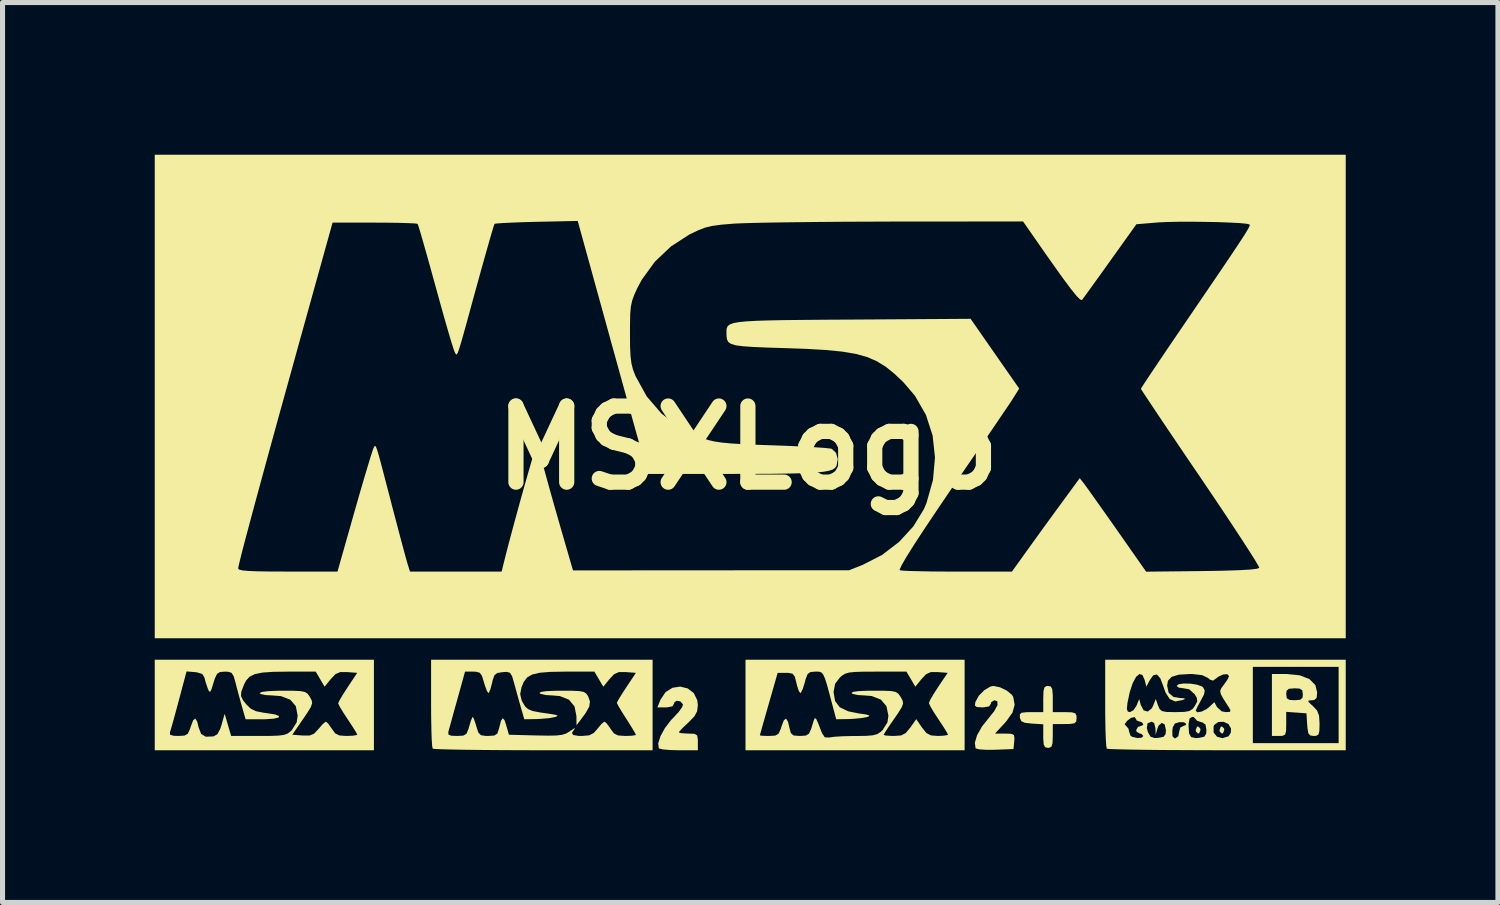
<source format=kicad_pcb>
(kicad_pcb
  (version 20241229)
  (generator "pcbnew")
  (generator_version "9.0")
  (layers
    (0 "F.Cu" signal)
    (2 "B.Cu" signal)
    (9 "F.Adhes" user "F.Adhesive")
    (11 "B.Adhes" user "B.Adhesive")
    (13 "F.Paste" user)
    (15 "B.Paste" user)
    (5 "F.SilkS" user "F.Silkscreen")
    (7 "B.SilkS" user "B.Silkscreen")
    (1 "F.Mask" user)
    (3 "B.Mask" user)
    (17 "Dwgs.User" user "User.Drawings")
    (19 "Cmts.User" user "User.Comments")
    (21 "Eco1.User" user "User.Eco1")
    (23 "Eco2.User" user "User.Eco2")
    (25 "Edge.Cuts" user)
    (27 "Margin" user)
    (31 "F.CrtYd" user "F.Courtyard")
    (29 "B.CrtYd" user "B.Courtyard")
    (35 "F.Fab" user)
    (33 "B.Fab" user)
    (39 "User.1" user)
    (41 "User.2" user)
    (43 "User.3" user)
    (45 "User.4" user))
  (footprint "MSXLogo"
    (layer "F.Cu")
    (at 11.691 5.775)
    (property "Reference" "MSXLogo" (at 0 0 0) (layer "F.SilkS") (effects (font (size 1.5 1.5) (thickness 0.3))))
    (attr board_only exclude_from_pos_files exclude_from_bom)
    (fp_poly (pts (xy 8.915 5.531) (xy 8.921 5.564) (xy 8.895 5.626) (xy 8.874 5.634) (xy 8.832 5.596) (xy 8.827 5.564) (xy 8.852 5.501) (xy 8.874 5.493)) (stroke (width 0) (type solid)) (fill yes) (layer "F.SilkS"))
    (fp_poly (pts (xy 9.385 5.531) (xy 9.39 5.564) (xy 9.365 5.626) (xy 9.343 5.634) (xy 9.301 5.596) (xy 9.296 5.564) (xy 9.321 5.501) (xy 9.343 5.493)) (stroke (width 0) (type solid)) (fill yes) (layer "F.SilkS"))
    (fp_poly (pts (xy -3.46 4.79) (xy -3.321 4.797) (xy -3.237 4.813) (xy -3.188 4.843) (xy -3.153 4.892) (xy -3.146 4.906) (xy -3.113 5.001) (xy -3.126 5.1) (xy -3.194 5.224) (xy -3.288 5.352) (xy -3.378 5.47) (xy -3.379 5.291) (xy -3.417 5.099) (xy -3.527 4.966) (xy -3.706 4.895) (xy -3.845 4.883) (xy -3.986 4.874) (xy -4.084 4.852) (xy -4.108 4.836) (xy -4.079 4.813) (xy -3.961 4.797) (xy -3.761 4.789) (xy -3.673 4.789)) (stroke (width 0) (type solid)) (fill yes) (layer "F.SilkS"))
    (fp_poly (pts (xy 4.969 4.722) (xy 5.104 4.787) (xy 5.204 4.869) (xy 5.229 4.908) (xy 5.258 5.065) (xy 5.216 5.219) (xy 5.095 5.39) (xy 5.065 5.424) (xy 4.871 5.634) (xy 5.068 5.634) (xy 5.191 5.638) (xy 5.245 5.664) (xy 5.254 5.731) (xy 5.25 5.787) (xy 5.235 5.939) (xy 4.875 5.953) (xy 4.7 5.954) (xy 4.564 5.945) (xy 4.492 5.927) (xy 4.488 5.922) (xy 4.473 5.816) (xy 4.518 5.666) (xy 4.614 5.495) (xy 4.725 5.355) (xy 4.856 5.192) (xy 4.921 5.071) (xy 4.917 4.997) (xy 4.859 4.977) (xy 4.797 5.014) (xy 4.789 5.047) (xy 4.754 5.099) (xy 4.642 5.117) (xy 4.621 5.118) (xy 4.512 5.111) (xy 4.474 5.081) (xy 4.484 5.012) (xy 4.551 4.889) (xy 4.662 4.777) (xy 4.783 4.706) (xy 4.841 4.695)) (stroke (width 0) (type solid)) (fill yes) (layer "F.SilkS"))
    (fp_poly (pts (xy 5.97 4.706) (xy 5.998 4.755) (xy 6.009 4.863) (xy 6.01 4.953) (xy 6.01 5.211) (xy 6.244 5.211) (xy 6.384 5.215) (xy 6.453 5.235) (xy 6.477 5.282) (xy 6.479 5.329) (xy 6.472 5.398) (xy 6.433 5.433) (xy 6.339 5.445) (xy 6.244 5.446) (xy 6.01 5.446) (xy 6.01 5.681) (xy 6.005 5.822) (xy 5.984 5.892) (xy 5.937 5.915) (xy 5.916 5.916) (xy 5.859 5.903) (xy 5.831 5.85) (xy 5.822 5.734) (xy 5.822 5.684) (xy 5.822 5.451) (xy 5.599 5.437) (xy 5.46 5.422) (xy 5.39 5.39) (xy 5.363 5.33) (xy 5.361 5.317) (xy 5.36 5.255) (xy 5.396 5.223) (xy 5.49 5.213) (xy 5.584 5.211) (xy 5.822 5.211) (xy 5.822 4.953) (xy 5.826 4.804) (xy 5.844 4.726) (xy 5.883 4.698) (xy 5.916 4.695)) (stroke (width 0) (type solid)) (fill yes) (layer "F.SilkS"))
    (fp_poly (pts (xy -1.187 4.744) (xy -1.067 4.835) (xy -0.997 4.978) (xy -0.986 5.072) (xy -1 5.193) (xy -1.053 5.293) (xy -1.165 5.409) (xy -1.174 5.417) (xy -1.278 5.515) (xy -1.346 5.587) (xy -1.362 5.61) (xy -1.32 5.625) (xy -1.216 5.633) (xy -1.174 5.634) (xy -1.054 5.639) (xy -1 5.67) (xy -0.986 5.75) (xy -0.986 5.798) (xy -0.986 5.963) (xy -1.359 5.963) (xy -1.537 5.958) (xy -1.675 5.946) (xy -1.75 5.928) (xy -1.756 5.923) (xy -1.767 5.826) (xy -1.723 5.686) (xy -1.636 5.527) (xy -1.518 5.372) (xy -1.471 5.324) (xy -1.364 5.208) (xy -1.295 5.111) (xy -1.279 5.059) (xy -1.33 5.001) (xy -1.401 4.986) (xy -1.451 5.019) (xy -1.455 5.044) (xy -1.487 5.097) (xy -1.591 5.117) (xy -1.62 5.118) (xy -1.784 5.118) (xy -1.722 4.965) (xy -1.622 4.816) (xy -1.486 4.731) (xy -1.333 4.708)) (stroke (width 0) (type solid)) (fill yes) (layer "F.SilkS"))
    (fp_poly (pts (xy 10.878 4.486) (xy 11.068 4.56) (xy 11.185 4.678) (xy 11.221 4.824) (xy 11.21 4.931) (xy 11.163 4.973) (xy 11.115 4.978) (xy 11.05 4.983) (xy 11.048 5.007) (xy 11.111 5.069) (xy 11.139 5.093) (xy 11.22 5.181) (xy 11.258 5.281) (xy 11.268 5.434) (xy 11.268 5.444) (xy 11.264 5.584) (xy 11.245 5.654) (xy 11.199 5.679) (xy 11.153 5.681) (xy 11.083 5.671) (xy 11.046 5.626) (xy 11.029 5.52) (xy 11.024 5.458) (xy 11.01 5.235) (xy 10.81 5.22) (xy 10.611 5.206) (xy 10.611 5.444) (xy 10.608 5.583) (xy 10.589 5.654) (xy 10.541 5.678) (xy 10.47 5.681) (xy 10.329 5.681) (xy 10.329 5.071) (xy 10.329 4.859) (xy 10.611 4.859) (xy 10.623 4.939) (xy 10.678 4.971) (xy 10.775 4.977) (xy 10.886 4.968) (xy 10.932 4.928) (xy 10.939 4.859) (xy 10.927 4.78) (xy 10.872 4.747) (xy 10.775 4.742) (xy 10.664 4.751) (xy 10.618 4.79) (xy 10.611 4.859) (xy 10.329 4.859) (xy 10.329 4.46) (xy 10.62 4.46)) (stroke (width 0) (type solid)) (fill yes) (layer "F.SilkS"))
    (fp_poly (pts (xy -1.878 5.071) (xy -1.878 5.963) (xy -4.03 5.963) (xy -4.471 5.962) (xy -4.882 5.96) (xy -5.256 5.957) (xy -5.581 5.953) (xy -5.849 5.948) (xy -6.05 5.943) (xy -6.174 5.937) (xy -6.213 5.931) (xy -6.223 5.877) (xy -6.232 5.743) (xy -6.237 5.599) (xy -5.904 5.599) (xy -5.903 5.652) (xy -5.849 5.676) (xy -5.735 5.681) (xy -5.612 5.675) (xy -5.547 5.638) (xy -5.508 5.545) (xy -5.493 5.493) (xy -5.458 5.377) (xy -5.429 5.311) (xy -5.423 5.305) (xy -5.4 5.346) (xy -5.365 5.448) (xy -5.352 5.493) (xy -5.313 5.613) (xy -5.262 5.666) (xy -5.165 5.681) (xy -5.119 5.681) (xy -4.999 5.673) (xy -4.939 5.635) (xy -4.907 5.542) (xy -4.904 5.528) (xy -4.867 5.384) (xy -4.833 5.331) (xy -4.797 5.368) (xy -4.763 5.47) (xy -4.71 5.657) (xy -4.176 5.671) (xy -3.94 5.675) (xy -3.777 5.672) (xy -3.666 5.659) (xy -3.585 5.634) (xy -3.515 5.593) (xy -3.5 5.582) (xy -3.424 5.532) (xy -3.406 5.53) (xy -3.416 5.543) (xy -3.468 5.619) (xy -3.444 5.662) (xy -3.338 5.68) (xy -3.272 5.681) (xy -3.129 5.669) (xy -3.036 5.621) (xy -2.965 5.54) (xy -2.889 5.448) (xy -2.833 5.401) (xy -2.826 5.399) (xy -2.781 5.436) (xy -2.716 5.525) (xy -2.707 5.54) (xy -2.641 5.63) (xy -2.559 5.671) (xy -2.425 5.681) (xy -2.415 5.681) (xy -2.29 5.677) (xy -2.216 5.665) (xy -2.207 5.659) (xy -2.23 5.612) (xy -2.293 5.507) (xy -2.381 5.367) (xy -2.394 5.347) (xy -2.486 5.202) (xy -2.552 5.09) (xy -2.582 5.031) (xy -2.582 5.028) (xy -2.558 4.978) (xy -2.494 4.872) (xy -2.404 4.733) (xy -2.394 4.718) (xy -2.207 4.437) (xy -2.405 4.422) (xy -2.542 4.422) (xy -2.634 4.461) (xy -2.726 4.558) (xy -2.85 4.71) (xy -2.938 4.561) (xy -3.025 4.413) (xy -3.603 4.413) (xy -3.893 4.418) (xy -4.104 4.435) (xy -4.252 4.47) (xy -4.352 4.528) (xy -4.418 4.616) (xy -4.461 4.719) (xy -4.488 4.857) (xy -4.459 4.978) (xy -4.44 5.017) (xy -4.391 5.099) (xy -4.331 5.153) (xy -4.238 5.19) (xy -4.089 5.219) (xy -3.944 5.239) (xy -3.805 5.261) (xy -3.75 5.278) (xy -3.77 5.297) (xy -3.803 5.308) (xy -3.919 5.33) (xy -4.081 5.344) (xy -4.163 5.348) (xy -4.407 5.352) (xy -4.478 5.106) (xy -4.533 4.911) (xy -4.589 4.707) (xy -4.609 4.634) (xy -4.648 4.501) (xy -4.689 4.436) (xy -4.754 4.418) (xy -4.834 4.423) (xy -4.94 4.44) (xy -4.997 4.486) (xy -5.032 4.589) (xy -5.042 4.636) (xy -5.074 4.757) (xy -5.105 4.828) (xy -5.114 4.836) (xy -5.143 4.795) (xy -5.182 4.691) (xy -5.202 4.625) (xy -5.242 4.495) (xy -5.287 4.434) (xy -5.364 4.414) (xy -5.417 4.413) (xy -5.575 4.413) (xy -5.728 4.965) (xy -5.79 5.186) (xy -5.843 5.38) (xy -5.883 5.524) (xy -5.904 5.599) (xy -6.237 5.599) (xy -6.238 5.547) (xy -6.243 5.303) (xy -6.244 5.039) (xy -6.244 4.179) (xy -4.061 4.179) (xy -1.878 4.179)) (stroke (width 0) (type solid)) (fill yes) (layer "F.SilkS"))
    (fp_poly (pts (xy -7.371 5.071) (xy -7.371 5.963) (xy -9.531 5.963) (xy -11.691 5.963) (xy -11.691 5.612) (xy -11.392 5.612) (xy -11.389 5.657) (xy -11.322 5.677) (xy -11.228 5.681) (xy -11.104 5.674) (xy -11.039 5.637) (xy -10.996 5.543) (xy -10.981 5.495) (xy -10.933 5.37) (xy -10.891 5.338) (xy -10.853 5.401) (xy -10.826 5.513) (xy -10.777 5.641) (xy -10.684 5.696) (xy -10.533 5.69) (xy -10.457 5.647) (xy -10.398 5.537) (xy -10.373 5.458) (xy -10.313 5.244) (xy -10.249 5.462) (xy -10.185 5.681) (xy -9.645 5.681) (xy -9.41 5.68) (xy -9.25 5.674) (xy -9.144 5.66) (xy -9.073 5.634) (xy -9.018 5.594) (xy -8.989 5.566) (xy -8.893 5.413) (xy -8.874 5.282) (xy -8.91 5.094) (xy -9.02 4.966) (xy -9.202 4.896) (xy -9.364 4.883) (xy -9.506 4.875) (xy -9.601 4.855) (xy -9.625 4.836) (xy -9.58 4.814) (xy -9.456 4.798) (xy -9.265 4.79) (xy -9.166 4.789) (xy -8.955 4.79) (xy -8.817 4.797) (xy -8.733 4.814) (xy -8.681 4.845) (xy -8.642 4.897) (xy -8.632 4.914) (xy -8.597 4.98) (xy -8.589 5.038) (xy -8.615 5.112) (xy -8.683 5.223) (xy -8.768 5.348) (xy -8.98 5.657) (xy -8.778 5.672) (xy -8.64 5.673) (xy -8.551 5.637) (xy -8.466 5.547) (xy -8.463 5.543) (xy -8.383 5.451) (xy -8.325 5.402) (xy -8.317 5.399) (xy -8.273 5.436) (xy -8.21 5.525) (xy -8.2 5.54) (xy -8.134 5.63) (xy -8.053 5.671) (xy -7.918 5.681) (xy -7.908 5.681) (xy -7.783 5.676) (xy -7.709 5.662) (xy -7.7 5.655) (xy -7.724 5.606) (xy -7.789 5.502) (xy -7.88 5.364) (xy -7.888 5.352) (xy -7.98 5.211) (xy -8.047 5.099) (xy -8.075 5.04) (xy -8.075 5.038) (xy -8.051 4.983) (xy -7.987 4.873) (xy -7.896 4.732) (xy -7.887 4.718) (xy -7.7 4.437) (xy -7.898 4.422) (xy -8.035 4.422) (xy -8.127 4.461) (xy -8.22 4.558) (xy -8.343 4.71) (xy -8.431 4.561) (xy -8.518 4.413) (xy -9.068 4.413) (xy -9.359 4.417) (xy -9.572 4.432) (xy -9.721 4.463) (xy -9.822 4.513) (xy -9.89 4.588) (xy -9.932 4.67) (xy -9.984 4.805) (xy -9.991 4.895) (xy -9.95 4.979) (xy -9.884 5.061) (xy -9.798 5.144) (xy -9.694 5.194) (xy -9.54 5.224) (xy -9.484 5.231) (xy -9.317 5.258) (xy -9.24 5.289) (xy -9.249 5.317) (xy -9.341 5.34) (xy -9.513 5.352) (xy -9.577 5.352) (xy -9.9 5.352) (xy -9.971 5.106) (xy -10.025 4.911) (xy -10.079 4.709) (xy -10.097 4.636) (xy -10.135 4.503) (xy -10.177 4.437) (xy -10.246 4.415) (xy -10.31 4.413) (xy -10.406 4.421) (xy -10.464 4.459) (xy -10.507 4.55) (xy -10.534 4.636) (xy -10.574 4.765) (xy -10.601 4.814) (xy -10.625 4.793) (xy -10.647 4.742) (xy -10.69 4.615) (xy -10.711 4.531) (xy -10.753 4.46) (xy -10.86 4.427) (xy -10.897 4.423) (xy -11.064 4.409) (xy -11.215 4.975) (xy -11.275 5.198) (xy -11.328 5.392) (xy -11.369 5.536) (xy -11.392 5.61) (xy -11.392 5.612) (xy -11.691 5.612) (xy -11.691 5.071) (xy -11.691 4.179) (xy -9.531 4.179) (xy -7.371 4.179)) (stroke (width 0) (type solid)) (fill yes) (layer "F.SilkS"))
    (fp_poly (pts (xy 4.272 5.071) (xy 4.272 5.963) (xy 2.113 5.963) (xy -0.047 5.963) (xy -0.047 5.669) (xy 0.236 5.669) (xy 0.277 5.677) (xy 0.38 5.681) (xy 0.421 5.681) (xy 0.541 5.674) (xy 0.606 5.635) (xy 0.649 5.539) (xy 0.662 5.495) (xy 0.71 5.37) (xy 0.753 5.339) (xy 0.791 5.401) (xy 0.818 5.516) (xy 0.847 5.624) (xy 0.899 5.671) (xy 1.008 5.681) (xy 1.028 5.681) (xy 1.14 5.674) (xy 1.203 5.637) (xy 1.247 5.544) (xy 1.266 5.481) (xy 1.297 5.379) (xy 1.319 5.33) (xy 1.344 5.341) (xy 1.381 5.42) (xy 1.442 5.577) (xy 1.462 5.627) (xy 1.516 5.708) (xy 1.603 5.712) (xy 1.609 5.71) (xy 1.703 5.697) (xy 1.861 5.687) (xy 2.056 5.682) (xy 2.127 5.682) (xy 2.33 5.679) (xy 2.463 5.668) (xy 2.551 5.644) (xy 2.617 5.601) (xy 2.655 5.566) (xy 2.751 5.413) (xy 2.77 5.282) (xy 2.732 5.095) (xy 2.621 4.964) (xy 2.441 4.894) (xy 2.305 4.883) (xy 2.165 4.874) (xy 2.067 4.852) (xy 2.042 4.836) (xy 2.072 4.812) (xy 2.189 4.797) (xy 2.389 4.789) (xy 2.475 4.789) (xy 2.687 4.79) (xy 2.825 4.796) (xy 2.91 4.813) (xy 2.962 4.845) (xy 3.001 4.896) (xy 3.014 4.917) (xy 3.05 4.985) (xy 3.059 5.043) (xy 3.032 5.116) (xy 2.964 5.226) (xy 2.884 5.342) (xy 2.785 5.485) (xy 2.712 5.596) (xy 2.677 5.656) (xy 2.676 5.66) (xy 2.718 5.673) (xy 2.824 5.68) (xy 2.88 5.681) (xy 3.019 5.671) (xy 3.111 5.624) (xy 3.199 5.518) (xy 3.202 5.515) (xy 3.319 5.35) (xy 3.432 5.515) (xy 3.518 5.623) (xy 3.608 5.67) (xy 3.744 5.681) (xy 3.866 5.675) (xy 3.937 5.662) (xy 3.944 5.655) (xy 3.919 5.606) (xy 3.855 5.502) (xy 3.764 5.364) (xy 3.756 5.352) (xy 3.663 5.21) (xy 3.596 5.095) (xy 3.568 5.033) (xy 3.568 5.031) (xy 3.593 4.972) (xy 3.657 4.86) (xy 3.748 4.719) (xy 3.753 4.711) (xy 3.938 4.437) (xy 3.743 4.422) (xy 3.606 4.422) (xy 3.514 4.463) (xy 3.424 4.558) (xy 3.3 4.71) (xy 3.213 4.561) (xy 3.125 4.413) (xy 2.532 4.413) (xy 2.285 4.414) (xy 2.113 4.419) (xy 1.997 4.431) (xy 1.92 4.453) (xy 1.861 4.488) (xy 1.814 4.528) (xy 1.72 4.651) (xy 1.69 4.805) (xy 1.69 4.825) (xy 1.719 4.995) (xy 1.812 5.116) (xy 1.977 5.195) (xy 2.183 5.237) (xy 2.331 5.258) (xy 2.394 5.277) (xy 2.383 5.295) (xy 2.348 5.308) (xy 2.231 5.329) (xy 2.07 5.344) (xy 1.985 5.348) (xy 1.741 5.352) (xy 1.688 5.153) (xy 1.615 4.879) (xy 1.562 4.682) (xy 1.52 4.55) (xy 1.485 4.47) (xy 1.45 4.43) (xy 1.408 4.415) (xy 1.354 4.413) (xy 1.331 4.413) (xy 1.234 4.421) (xy 1.178 4.46) (xy 1.14 4.556) (xy 1.122 4.625) (xy 1.084 4.749) (xy 1.047 4.825) (xy 1.034 4.836) (xy 1.004 4.795) (xy 0.97 4.691) (xy 0.957 4.636) (xy 0.925 4.512) (xy 0.881 4.454) (xy 0.799 4.437) (xy 0.751 4.437) (xy 0.587 4.437) (xy 0.412 5.047) (xy 0.348 5.271) (xy 0.294 5.46) (xy 0.256 5.597) (xy 0.237 5.665) (xy 0.236 5.669) (xy -0.047 5.669) (xy -0.047 5.071) (xy -0.047 4.179) (xy 2.113 4.179) (xy 4.272 4.179)) (stroke (width 0) (type solid)) (fill yes) (layer "F.SilkS"))
    (fp_poly (pts (xy 11.784 5.071) (xy 11.784 5.963) (xy 9.445 5.963) (xy 8.985 5.962) (xy 8.553 5.96) (xy 8.16 5.958) (xy 7.813 5.954) (xy 7.523 5.949) (xy 7.297 5.944) (xy 7.145 5.939) (xy 7.077 5.933) (xy 7.074 5.931) (xy 7.064 5.877) (xy 7.055 5.743) (xy 7.048 5.547) (xy 7.047 5.45) (xy 7.426 5.45) (xy 7.454 5.482) (xy 7.503 5.539) (xy 7.512 5.587) (xy 7.54 5.672) (xy 7.571 5.697) (xy 7.679 5.722) (xy 7.765 5.714) (xy 7.794 5.681) (xy 7.756 5.639) (xy 7.723 5.634) (xy 7.661 5.596) (xy 7.653 5.564) (xy 7.676 5.526) (xy 7.863 5.526) (xy 7.887 5.61) (xy 7.937 5.696) (xy 8.017 5.722) (xy 8.087 5.719) (xy 8.193 5.698) (xy 8.234 5.643) (xy 8.239 5.575) (xy 8.366 5.575) (xy 8.368 5.686) (xy 8.408 5.727) (xy 8.425 5.728) (xy 8.484 5.687) (xy 8.498 5.611) (xy 8.522 5.516) (xy 8.568 5.493) (xy 8.586 5.485) (xy 8.686 5.485) (xy 8.696 5.631) (xy 8.737 5.704) (xy 8.827 5.723) (xy 8.895 5.718) (xy 8.997 5.695) (xy 9.034 5.633) (xy 9.035 5.612) (xy 9.179 5.612) (xy 9.245 5.695) (xy 9.353 5.725) (xy 9.476 5.687) (xy 9.519 5.614) (xy 9.523 5.535) (xy 9.473 5.446) (xy 9.377 5.402) (xy 9.272 5.406) (xy 9.193 5.463) (xy 9.179 5.493) (xy 9.179 5.612) (xy 9.035 5.612) (xy 9.038 5.564) (xy 9.021 5.457) (xy 8.958 5.413) (xy 8.932 5.408) (xy 8.85 5.379) (xy 8.827 5.349) (xy 8.789 5.31) (xy 8.756 5.305) (xy 8.706 5.338) (xy 8.687 5.444) (xy 8.686 5.485) (xy 8.586 5.485) (xy 8.631 5.466) (xy 8.639 5.443) (xy 8.599 5.412) (xy 8.51 5.408) (xy 8.417 5.435) (xy 8.376 5.508) (xy 8.366 5.575) (xy 8.239 5.575) (xy 8.24 5.564) (xy 8.215 5.454) (xy 8.16 5.423) (xy 8.098 5.473) (xy 8.07 5.54) (xy 8.038 5.657) (xy 8.033 5.528) (xy 8.008 5.428) (xy 7.961 5.399) (xy 7.878 5.431) (xy 7.863 5.526) (xy 7.676 5.526) (xy 7.69 5.501) (xy 7.723 5.493) (xy 7.786 5.468) (xy 7.794 5.446) (xy 7.756 5.405) (xy 7.723 5.399) (xy 7.661 5.374) (xy 7.653 5.352) (xy 7.623 5.308) (xy 7.551 5.325) (xy 7.474 5.384) (xy 7.426 5.45) (xy 7.047 5.45) (xy 7.044 5.303) (xy 7.043 5.148) (xy 7.47 5.148) (xy 7.489 5.201) (xy 7.531 5.211) (xy 7.602 5.172) (xy 7.661 5.082) (xy 7.713 4.953) (xy 7.744 5.07) (xy 7.801 5.177) (xy 7.881 5.2) (xy 7.96 5.139) (xy 7.987 5.086) (xy 8.04 4.953) (xy 8.085 5.082) (xy 8.116 5.152) (xy 8.162 5.191) (xy 8.25 5.208) (xy 8.403 5.211) (xy 8.43 5.211) (xy 8.599 5.207) (xy 8.701 5.19) (xy 8.764 5.15) (xy 8.807 5.094) (xy 8.857 5.002) (xy 8.849 4.93) (xy 8.807 4.859) (xy 8.7 4.762) (xy 8.591 4.742) (xy 8.492 4.728) (xy 8.451 4.695) (xy 8.451 4.695) (xy 8.492 4.661) (xy 8.593 4.647) (xy 8.723 4.65) (xy 8.852 4.67) (xy 8.948 4.704) (xy 8.972 4.723) (xy 9.004 4.784) (xy 8.992 4.86) (xy 8.93 4.979) (xy 8.867 5.094) (xy 8.831 5.172) (xy 8.827 5.186) (xy 8.861 5.214) (xy 8.942 5.201) (xy 9.039 5.153) (xy 9.09 5.113) (xy 9.194 5.015) (xy 9.247 5.113) (xy 9.34 5.196) (xy 9.421 5.211) (xy 9.504 5.205) (xy 9.51 5.167) (xy 9.473 5.106) (xy 9.375 4.953) (xy 9.322 4.857) (xy 9.309 4.792) (xy 9.332 4.737) (xy 9.382 4.671) (xy 9.451 4.573) (xy 9.483 4.505) (xy 9.484 4.501) (xy 9.449 4.463) (xy 9.368 4.469) (xy 9.273 4.513) (xy 9.241 4.538) (xy 9.17 4.59) (xy 9.111 4.573) (xy 9.069 4.538) (xy 8.956 4.483) (xy 8.767 4.461) (xy 8.714 4.46) (xy 8.494 4.473) (xy 8.354 4.515) (xy 8.281 4.591) (xy 8.263 4.687) (xy 8.294 4.832) (xy 8.39 4.912) (xy 8.519 4.933) (xy 8.607 4.939) (xy 8.608 4.956) (xy 8.572 4.972) (xy 8.425 5.001) (xy 8.315 4.954) (xy 8.232 4.825) (xy 8.193 4.713) (xy 8.129 4.544) (xy 8.061 4.469) (xy 7.989 4.486) (xy 7.919 4.585) (xy 7.854 4.709) (xy 7.822 4.581) (xy 7.777 4.479) (xy 7.718 4.46) (xy 7.652 4.516) (xy 7.586 4.637) (xy 7.527 4.816) (xy 7.482 5.028) (xy 7.47 5.148) (xy 7.043 5.148) (xy 7.043 5.039) (xy 7.043 4.319) (xy 9.953 4.319) (xy 9.953 5.071) (xy 9.953 5.822) (xy 10.799 5.822) (xy 11.644 5.822) (xy 11.644 5.071) (xy 11.644 4.319) (xy 10.799 4.319) (xy 9.953 4.319) (xy 7.043 4.319) (xy 7.043 4.179) (xy 9.413 4.179) (xy 11.784 4.179)) (stroke (width 0) (type solid)) (fill yes) (layer "F.SilkS"))
    (fp_poly (pts (xy 11.784 -1.009) (xy 11.784 3.756) (xy 0.047 3.756) (xy -11.691 3.756) (xy -11.691 2.381) (xy -10.047 2.381) (xy -10.028 2.402) (xy -9.963 2.418) (xy -9.843 2.429) (xy -9.657 2.436) (xy -9.397 2.44) (xy -9.068 2.441) (xy -8.089 2.441) (xy -7.746 1.232) (xy -7.654 0.91) (xy -7.568 0.617) (xy -7.493 0.365) (xy -7.433 0.168) (xy -7.39 0.036) (xy -7.368 -0.016) (xy -7.356 -0.031) (xy -7.345 -0.035) (xy -7.332 -0.02) (xy -7.314 0.025) (xy -7.287 0.109) (xy -7.25 0.242) (xy -7.199 0.435) (xy -7.131 0.696) (xy -7.042 1.035) (xy -7.019 1.127) (xy -6.939 1.43) (xy -6.865 1.711) (xy -6.8 1.955) (xy -6.749 2.144) (xy -6.715 2.264) (xy -6.708 2.289) (xy -6.66 2.441) (xy -5.757 2.441) (xy -4.854 2.441) (xy -4.775 2.124) (xy -4.72 1.911) (xy -4.653 1.659) (xy -4.578 1.381) (xy -4.499 1.093) (xy -4.42 0.81) (xy -4.345 0.546) (xy -4.279 0.317) (xy -4.225 0.135) (xy -4.187 0.017) (xy -4.171 -0.023) (xy -4.149 0.008) (xy -4.109 0.112) (xy -4.058 0.273) (xy -4.013 0.433) (xy -3.952 0.654) (xy -3.874 0.935) (xy -3.786 1.245) (xy -3.698 1.553) (xy -3.665 1.667) (xy -3.447 2.418) (xy -0.726 2.416) (xy 1.995 2.415) (xy 2.264 2.308) (xy 2.643 2.114) (xy 2.98 1.857) (xy 3.261 1.551) (xy 3.469 1.211) (xy 3.52 1.091) (xy 3.648 0.637) (xy 3.688 0.191) (xy 3.641 -0.241) (xy 3.509 -0.649) (xy 3.293 -1.024) (xy 3.067 -1.289) (xy 2.889 -1.458) (xy 2.719 -1.595) (xy 2.545 -1.703) (xy 2.353 -1.787) (xy 2.131 -1.849) (xy 1.865 -1.894) (xy 1.542 -1.926) (xy 1.149 -1.949) (xy 0.749 -1.963) (xy 0.388 -1.974) (xy 0.111 -1.986) (xy -0.095 -2) (xy -0.239 -2.019) (xy -0.333 -2.047) (xy -0.387 -2.085) (xy -0.413 -2.138) (xy -0.421 -2.206) (xy -0.422 -2.26) (xy -0.422 -2.315) (xy -0.415 -2.361) (xy -0.395 -2.4) (xy -0.353 -2.431) (xy -0.283 -2.457) (xy -0.177 -2.476) (xy -0.027 -2.491) (xy 0.173 -2.502) (xy 0.432 -2.51) (xy 0.757 -2.516) (xy 1.155 -2.52) (xy 1.634 -2.524) (xy 2.061 -2.526) (xy 4.39 -2.541) (xy 4.869 -1.853) (xy 5.348 -1.166) (xy 5.225 -0.97) (xy 5.166 -0.879) (xy 5.061 -0.724) (xy 4.92 -0.516) (xy 4.752 -0.269) (xy 4.564 0.006) (xy 4.38 0.273) (xy 4.03 0.783) (xy 3.729 1.227) (xy 3.478 1.602) (xy 3.278 1.908) (xy 3.13 2.144) (xy 3.035 2.307) (xy 2.993 2.397) (xy 2.993 2.414) (xy 3.046 2.422) (xy 3.179 2.429) (xy 3.379 2.434) (xy 3.633 2.439) (xy 3.927 2.441) (xy 4.113 2.441) (xy 5.205 2.441) (xy 5.499 2.031) (xy 5.649 1.823) (xy 5.829 1.573) (xy 6.017 1.315) (xy 6.167 1.11) (xy 6.541 0.6) (xy 6.628 0.711) (xy 6.68 0.782) (xy 6.777 0.917) (xy 6.908 1.102) (xy 7.065 1.324) (xy 7.238 1.569) (xy 7.282 1.632) (xy 7.85 2.443) (xy 8.956 2.431) (xy 9.363 2.424) (xy 9.679 2.414) (xy 9.905 2.401) (xy 10.039 2.384) (xy 10.08 2.368) (xy 10.058 2.32) (xy 9.988 2.202) (xy 9.875 2.024) (xy 9.725 1.792) (xy 9.543 1.515) (xy 9.334 1.2) (xy 9.103 0.857) (xy 8.922 0.589) (xy 8.678 0.231) (xy 8.452 -0.104) (xy 8.247 -0.407) (xy 8.071 -0.669) (xy 7.928 -0.884) (xy 7.823 -1.042) (xy 7.761 -1.137) (xy 7.747 -1.162) (xy 7.772 -1.204) (xy 7.844 -1.315) (xy 7.957 -1.485) (xy 8.104 -1.703) (xy 8.278 -1.962) (xy 8.474 -2.25) (xy 8.584 -2.411) (xy 8.885 -2.853) (xy 9.137 -3.223) (xy 9.344 -3.528) (xy 9.511 -3.775) (xy 9.641 -3.97) (xy 9.739 -4.119) (xy 9.809 -4.228) (xy 9.855 -4.305) (xy 9.881 -4.354) (xy 9.891 -4.383) (xy 9.89 -4.398) (xy 9.888 -4.401) (xy 9.829 -4.415) (xy 9.693 -4.428) (xy 9.499 -4.438) (xy 9.264 -4.447) (xy 9.005 -4.452) (xy 8.74 -4.455) (xy 8.486 -4.454) (xy 8.261 -4.449) (xy 8.082 -4.441) (xy 8.062 -4.439) (xy 7.658 -4.405) (xy 7.132 -3.67) (xy 6.968 -3.44) (xy 6.822 -3.238) (xy 6.704 -3.074) (xy 6.622 -2.961) (xy 6.585 -2.912) (xy 6.585 -2.911) (xy 6.549 -2.922) (xy 6.475 -2.996) (xy 6.361 -3.138) (xy 6.203 -3.35) (xy 5.999 -3.636) (xy 5.861 -3.832) (xy 5.424 -4.46) (xy 2.841 -4.458) (xy 2.338 -4.456) (xy 1.847 -4.454) (xy 1.379 -4.45) (xy 0.946 -4.445) (xy 0.558 -4.44) (xy 0.227 -4.434) (xy -0.037 -4.427) (xy -0.222 -4.42) (xy -0.274 -4.417) (xy -0.518 -4.397) (xy -0.697 -4.373) (xy -0.841 -4.339) (xy -0.979 -4.286) (xy -1.14 -4.209) (xy -1.156 -4.201) (xy -1.516 -3.968) (xy -1.835 -3.665) (xy -2.091 -3.312) (xy -2.179 -3.147) (xy -2.24 -3.013) (xy -2.281 -2.9) (xy -2.306 -2.784) (xy -2.319 -2.641) (xy -2.323 -2.445) (xy -2.324 -2.254) (xy -2.322 -1.994) (xy -2.313 -1.805) (xy -2.295 -1.662) (xy -2.265 -1.542) (xy -2.218 -1.42) (xy -2.213 -1.409) (xy -1.994 -1.012) (xy -1.704 -0.675) (xy -1.351 -0.403) (xy -0.942 -0.205) (xy -0.887 -0.185) (xy -0.775 -0.15) (xy -0.657 -0.123) (xy -0.516 -0.102) (xy -0.339 -0.085) (xy -0.11 -0.071) (xy 0.186 -0.058) (xy 0.493 -0.047) (xy 0.806 -0.036) (xy 1.091 -0.023) (xy 1.333 -0.009) (xy 1.517 0.004) (xy 1.63 0.017) (xy 1.655 0.023) (xy 1.738 0.102) (xy 1.772 0.227) (xy 1.747 0.357) (xy 1.743 0.364) (xy 1.715 0.401) (xy 1.667 0.432) (xy 1.592 0.456) (xy 1.481 0.475) (xy 1.325 0.49) (xy 1.117 0.501) (xy 0.848 0.508) (xy 0.51 0.513) (xy 0.094 0.515) (xy -0.386 0.516) (xy -1.968 0.516) (xy -2.034 0.293) (xy -2.06 0.205) (xy -2.108 0.035) (xy -2.175 -0.206) (xy -2.259 -0.508) (xy -2.357 -0.862) (xy -2.467 -1.258) (xy -2.585 -1.686) (xy -2.71 -2.136) (xy -2.727 -2.2) (xy -3.354 -4.47) (xy -4.162 -4.453) (xy -4.428 -4.446) (xy -4.659 -4.437) (xy -4.841 -4.428) (xy -4.958 -4.419) (xy -4.993 -4.413) (xy -5.011 -4.363) (xy -5.05 -4.235) (xy -5.106 -4.04) (xy -5.177 -3.79) (xy -5.259 -3.498) (xy -5.348 -3.175) (xy -5.35 -3.169) (xy -5.457 -2.779) (xy -5.541 -2.47) (xy -5.607 -2.234) (xy -5.656 -2.062) (xy -5.692 -1.945) (xy -5.717 -1.875) (xy -5.736 -1.842) (xy -5.749 -1.838) (xy -5.762 -1.854) (xy -5.776 -1.881) (xy -5.78 -1.889) (xy -5.804 -1.955) (xy -5.849 -2.098) (xy -5.911 -2.307) (xy -5.986 -2.568) (xy -6.07 -2.868) (xy -6.156 -3.18) (xy -6.245 -3.502) (xy -6.326 -3.793) (xy -6.397 -4.042) (xy -6.453 -4.237) (xy -6.492 -4.364) (xy -6.51 -4.413) (xy -6.563 -4.421) (xy -6.693 -4.427) (xy -6.887 -4.433) (xy -7.127 -4.436) (xy -7.36 -4.437) (xy -8.186 -4.437) (xy -8.813 -2.183) (xy -9.035 -1.38) (xy -9.238 -0.649) (xy -9.419 0.009) (xy -9.578 0.591) (xy -9.715 1.094) (xy -9.829 1.518) (xy -9.92 1.86) (xy -9.987 2.119) (xy -10.029 2.291) (xy -10.047 2.375) (xy -10.047 2.381) (xy -11.691 2.381) (xy -11.691 -1.009) (xy -11.691 -5.775) (xy 0.047 -5.775) (xy 11.784 -5.775)) (stroke (width 0) (type solid)) (fill yes) (layer "F.SilkS")))
  (gr_rect
    (start -3 -3)
    (end 26.475 14.738)
    (stroke (width 0.1) (type default))
    (fill no)
    (layer "Edge.Cuts")))
</source>
